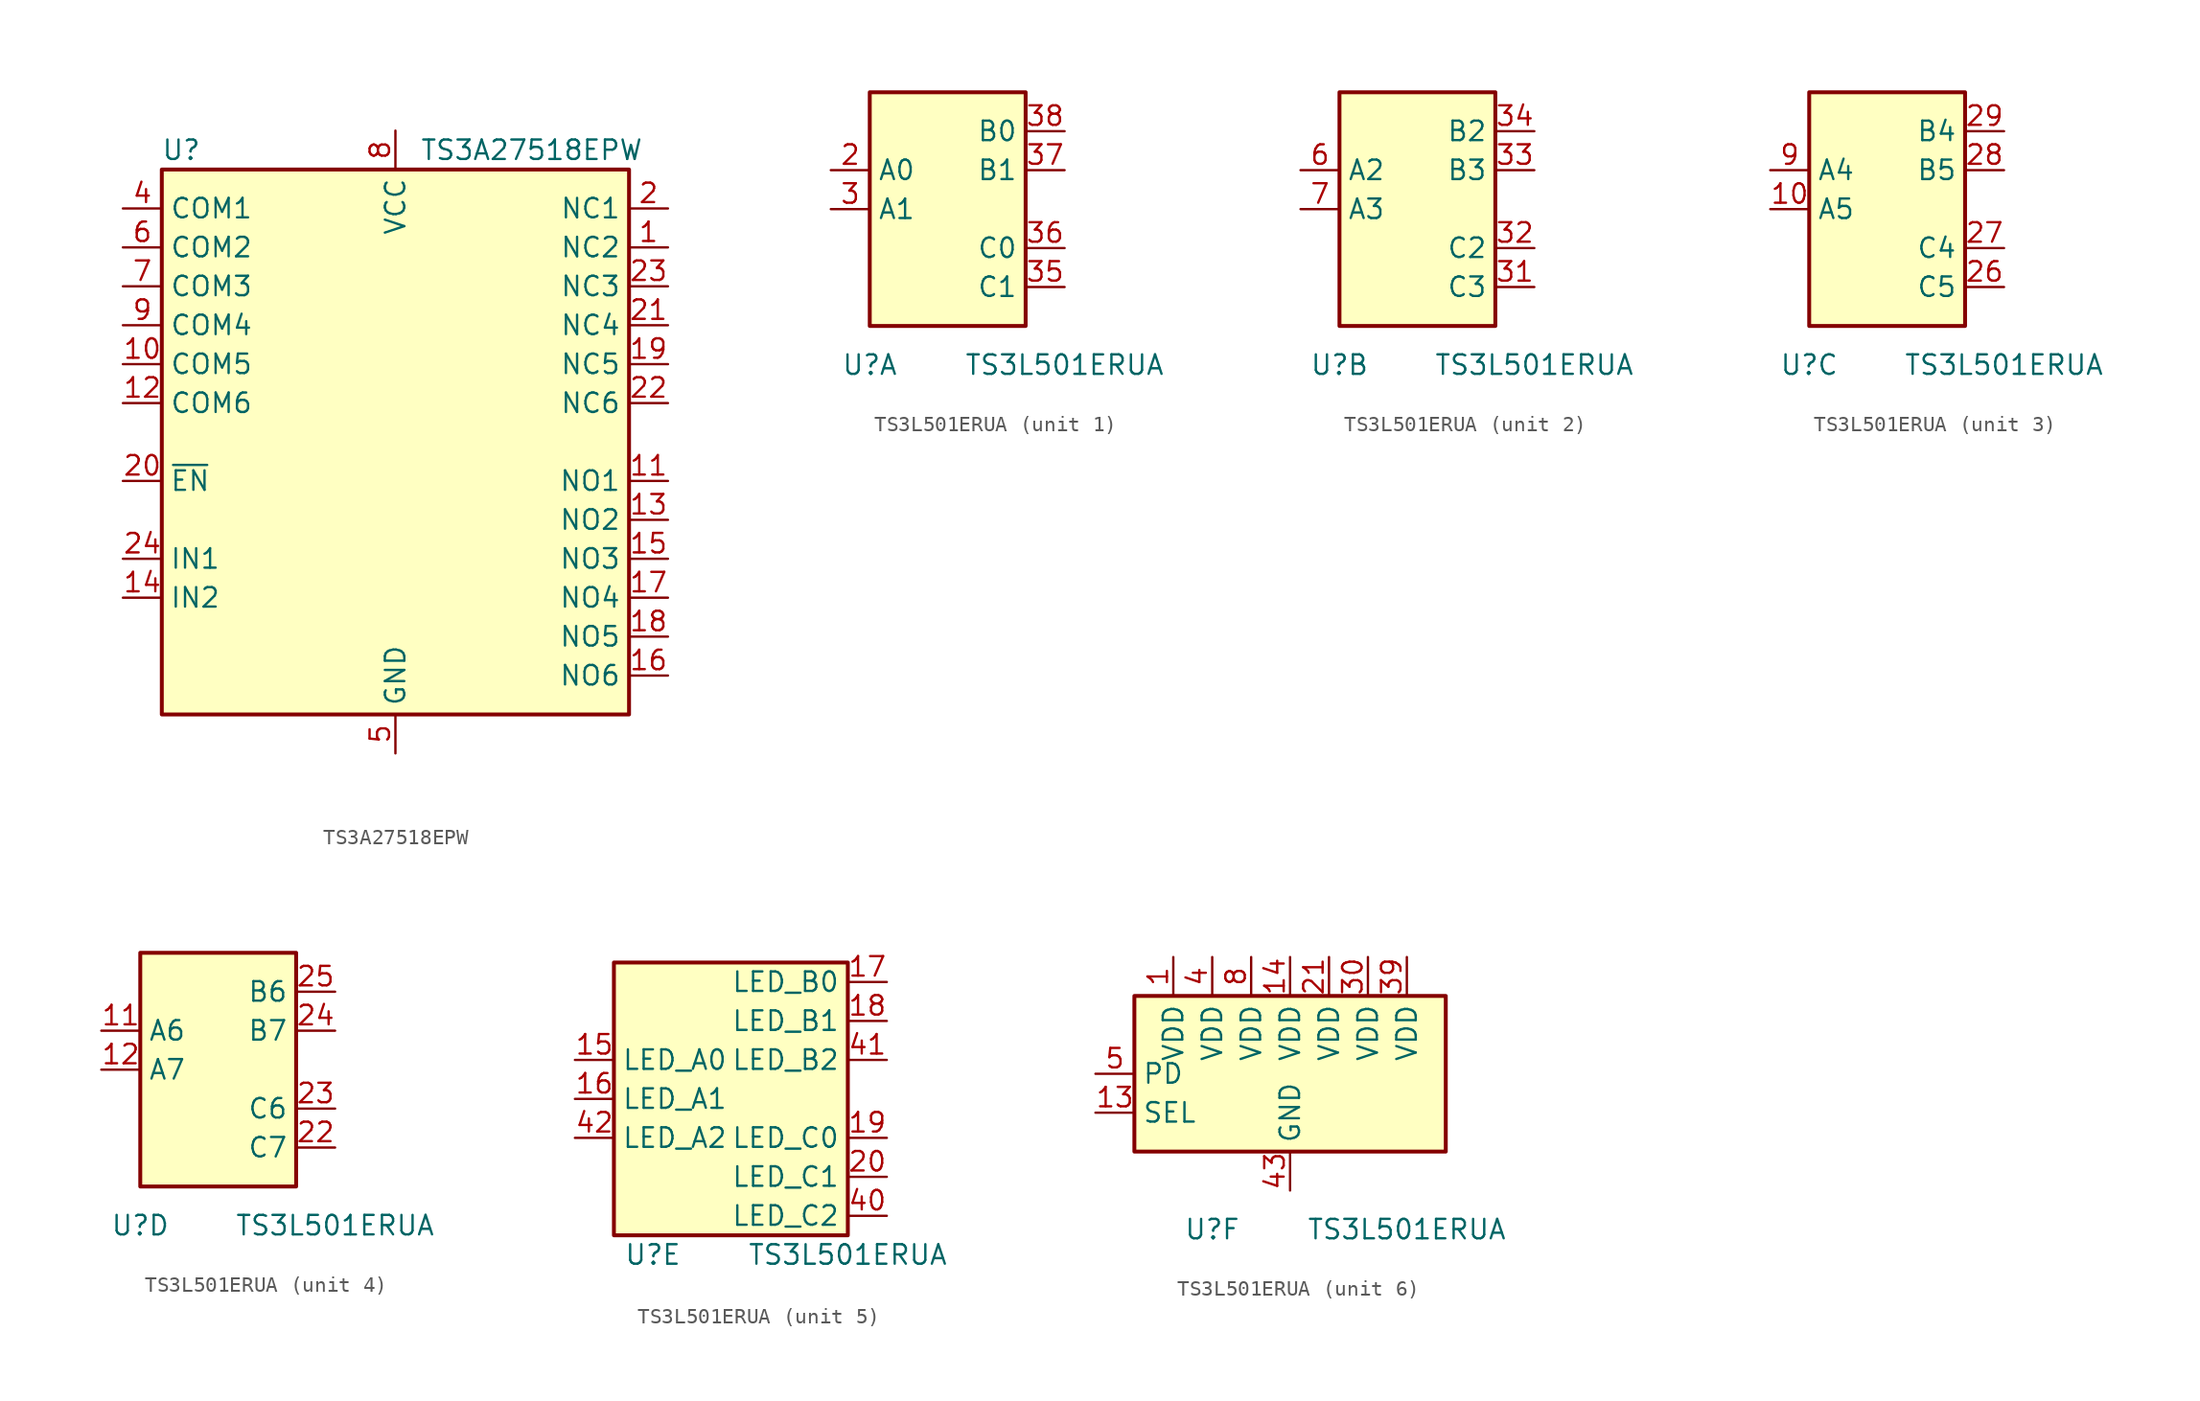
<source format=kicad_sym>
(kicad_symbol_lib
  (version 20200908)
  (generator kicad_symbol_editor)
  (symbol "Analog_Switch:TS3A27518EPW"
    (property "Reference" "U"
      (at -13.97 19.05 0)
      (effects (font (size 1.27 1.27))))
    (property "Value" "TS3A27518EPW"
      (at 8.89 19.05 0)
      (effects (font (size 1.27 1.27))))
    (symbol "TS3A27518EPW_0_1"
      (rectangle (start 15.24 -17.78) (end -15.24 17.78) (stroke (width 0.254)) (fill (type background))))
    (symbol "TS3A27518EPW_1_1"
      (pin bidirectional line (at 17.78 12.7 180) (length 2.54) (name "NC2" (effects (font (size 1.27 1.27)))) (number "1" (effects (font (size 1.27 1.27)))))
      (pin bidirectional line (at -17.78 5.08 0) (length 2.54) (name "COM5" (effects (font (size 1.27 1.27)))) (number "10" (effects (font (size 1.27 1.27)))))
      (pin bidirectional line (at 17.78 -2.54 180) (length 2.54) (name "NO1" (effects (font (size 1.27 1.27)))) (number "11" (effects (font (size 1.27 1.27)))))
      (pin bidirectional line (at -17.78 2.54 0) (length 2.54) (name "COM6" (effects (font (size 1.27 1.27)))) (number "12" (effects (font (size 1.27 1.27)))))
      (pin bidirectional line (at 17.78 -5.08 180) (length 2.54) (name "NO2" (effects (font (size 1.27 1.27)))) (number "13" (effects (font (size 1.27 1.27)))))
      (pin input line (at -17.78 -10.16 0) (length 2.54) (name "IN2" (effects (font (size 1.27 1.27)))) (number "14" (effects (font (size 1.27 1.27)))))
      (pin bidirectional line (at 17.78 -7.62 180) (length 2.54) (name "NO3" (effects (font (size 1.27 1.27)))) (number "15" (effects (font (size 1.27 1.27)))))
      (pin bidirectional line (at 17.78 -15.24 180) (length 2.54) (name "NO6" (effects (font (size 1.27 1.27)))) (number "16" (effects (font (size 1.27 1.27)))))
      (pin bidirectional line (at 17.78 -10.16 180) (length 2.54) (name "NO4" (effects (font (size 1.27 1.27)))) (number "17" (effects (font (size 1.27 1.27)))))
      (pin bidirectional line (at 17.78 -12.7 180) (length 2.54) (name "NO5" (effects (font (size 1.27 1.27)))) (number "18" (effects (font (size 1.27 1.27)))))
      (pin bidirectional line (at 17.78 5.08 180) (length 2.54) (name "NC5" (effects (font (size 1.27 1.27)))) (number "19" (effects (font (size 1.27 1.27)))))
      (pin bidirectional line (at 17.78 15.24 180) (length 2.54) (name "NC1" (effects (font (size 1.27 1.27)))) (number "2" (effects (font (size 1.27 1.27)))))
      (pin input line (at -17.78 -2.54 0) (length 2.54) (name "~EN" (effects (font (size 1.27 1.27)))) (number "20" (effects (font (size 1.27 1.27)))))
      (pin bidirectional line (at 17.78 7.62 180) (length 2.54) (name "NC4" (effects (font (size 1.27 1.27)))) (number "21" (effects (font (size 1.27 1.27)))))
      (pin bidirectional line (at 17.78 2.54 180) (length 2.54) (name "NC6" (effects (font (size 1.27 1.27)))) (number "22" (effects (font (size 1.27 1.27)))))
      (pin bidirectional line (at 17.78 10.16 180) (length 2.54) (name "NC3" (effects (font (size 1.27 1.27)))) (number "23" (effects (font (size 1.27 1.27)))))
      (pin input line (at -17.78 -7.62 0) (length 2.54) (name "IN1" (effects (font (size 1.27 1.27)))) (number "24" (effects (font (size 1.27 1.27)))))
      (pin unconnected line (at -15.24 -15.24 0) (length 2.54) hide (name "N.C." (effects (font (size 1.27 1.27)))) (number "3" (effects (font (size 1.27 1.27)))))
      (pin bidirectional line (at -17.78 15.24 0) (length 2.54) (name "COM1" (effects (font (size 1.27 1.27)))) (number "4" (effects (font (size 1.27 1.27)))))
      (pin power_in line (at 0 -20.32 90) (length 2.54) (name "GND" (effects (font (size 1.27 1.27)))) (number "5" (effects (font (size 1.27 1.27)))))
      (pin bidirectional line (at -17.78 12.7 0) (length 2.54) (name "COM2" (effects (font (size 1.27 1.27)))) (number "6" (effects (font (size 1.27 1.27)))))
      (pin bidirectional line (at -17.78 10.16 0) (length 2.54) (name "COM3" (effects (font (size 1.27 1.27)))) (number "7" (effects (font (size 1.27 1.27)))))
      (pin power_in line (at 0 20.32 270) (length 2.54) (name "VCC" (effects (font (size 1.27 1.27)))) (number "8" (effects (font (size 1.27 1.27)))))
      (pin bidirectional line (at -17.78 7.62 0) (length 2.54) (name "COM4" (effects (font (size 1.27 1.27)))) (number "9" (effects (font (size 1.27 1.27)))))))
  (symbol "Analog_Switch:TS3L501ERUA"
    (property "Reference" "U"
      (at -5.08 -10.16 0)
      (effects (font (size 1.27 1.27))))
    (property "Value" "TS3L501ERUA"
      (at 7.62 -10.16 0)
      (effects (font (size 1.27 1.27))))
    (property "ki_locked" ""
      (at 0 0 0)
      (effects (font (size 1.27 1.27))))
    (symbol "TS3L501ERUA_6_0"
      (rectangle (start -10.16 5.08) (end 10.16 -5.08) (stroke (width 0.254)) (fill (type background))))
    (symbol "TS3L501ERUA_1_1"
      (rectangle (start -5.08 7.62) (end 5.08 -7.62) (stroke (width 0.254)) (fill (type background)))
      (pin bidirectional line (at -7.62 2.54 0) (length 2.54) (name "A0" (effects (font (size 1.27 1.27)))) (number "2" (effects (font (size 1.27 1.27)))))
      (pin bidirectional line (at -7.62 0 0) (length 2.54) (name "A1" (effects (font (size 1.27 1.27)))) (number "3" (effects (font (size 1.27 1.27)))))
      (pin bidirectional line (at 7.62 -5.08 180) (length 2.54) (name "C1" (effects (font (size 1.27 1.27)))) (number "35" (effects (font (size 1.27 1.27)))))
      (pin bidirectional line (at 7.62 -2.54 180) (length 2.54) (name "C0" (effects (font (size 1.27 1.27)))) (number "36" (effects (font (size 1.27 1.27)))))
      (pin bidirectional line (at 7.62 2.54 180) (length 2.54) (name "B1" (effects (font (size 1.27 1.27)))) (number "37" (effects (font (size 1.27 1.27)))))
      (pin bidirectional line (at 7.62 5.08 180) (length 2.54) (name "B0" (effects (font (size 1.27 1.27)))) (number "38" (effects (font (size 1.27 1.27))))))
    (symbol "TS3L501ERUA_2_1"
      (rectangle (start -5.08 7.62) (end 5.08 -7.62) (stroke (width 0.254)) (fill (type background)))
      (pin bidirectional line (at 7.62 -5.08 180) (length 2.54) (name "C3" (effects (font (size 1.27 1.27)))) (number "31" (effects (font (size 1.27 1.27)))))
      (pin bidirectional line (at 7.62 -2.54 180) (length 2.54) (name "C2" (effects (font (size 1.27 1.27)))) (number "32" (effects (font (size 1.27 1.27)))))
      (pin bidirectional line (at 7.62 2.54 180) (length 2.54) (name "B3" (effects (font (size 1.27 1.27)))) (number "33" (effects (font (size 1.27 1.27)))))
      (pin bidirectional line (at 7.62 5.08 180) (length 2.54) (name "B2" (effects (font (size 1.27 1.27)))) (number "34" (effects (font (size 1.27 1.27)))))
      (pin bidirectional line (at -7.62 2.54 0) (length 2.54) (name "A2" (effects (font (size 1.27 1.27)))) (number "6" (effects (font (size 1.27 1.27)))))
      (pin bidirectional line (at -7.62 0 0) (length 2.54) (name "A3" (effects (font (size 1.27 1.27)))) (number "7" (effects (font (size 1.27 1.27))))))
    (symbol "TS3L501ERUA_3_1"
      (rectangle (start -5.08 7.62) (end 5.08 -7.62) (stroke (width 0.254)) (fill (type background)))
      (pin bidirectional line (at -7.62 0 0) (length 2.54) (name "A5" (effects (font (size 1.27 1.27)))) (number "10" (effects (font (size 1.27 1.27)))))
      (pin bidirectional line (at 7.62 -5.08 180) (length 2.54) (name "C5" (effects (font (size 1.27 1.27)))) (number "26" (effects (font (size 1.27 1.27)))))
      (pin bidirectional line (at 7.62 -2.54 180) (length 2.54) (name "C4" (effects (font (size 1.27 1.27)))) (number "27" (effects (font (size 1.27 1.27)))))
      (pin bidirectional line (at 7.62 2.54 180) (length 2.54) (name "B5" (effects (font (size 1.27 1.27)))) (number "28" (effects (font (size 1.27 1.27)))))
      (pin bidirectional line (at 7.62 5.08 180) (length 2.54) (name "B4" (effects (font (size 1.27 1.27)))) (number "29" (effects (font (size 1.27 1.27)))))
      (pin bidirectional line (at -7.62 2.54 0) (length 2.54) (name "A4" (effects (font (size 1.27 1.27)))) (number "9" (effects (font (size 1.27 1.27))))))
    (symbol "TS3L501ERUA_4_1"
      (rectangle (start -5.08 7.62) (end 5.08 -7.62) (stroke (width 0.254)) (fill (type background)))
      (pin bidirectional line (at -7.62 2.54 0) (length 2.54) (name "A6" (effects (font (size 1.27 1.27)))) (number "11" (effects (font (size 1.27 1.27)))))
      (pin bidirectional line (at -7.62 0 0) (length 2.54) (name "A7" (effects (font (size 1.27 1.27)))) (number "12" (effects (font (size 1.27 1.27)))))
      (pin bidirectional line (at 7.62 -5.08 180) (length 2.54) (name "C7" (effects (font (size 1.27 1.27)))) (number "22" (effects (font (size 1.27 1.27)))))
      (pin bidirectional line (at 7.62 -2.54 180) (length 2.54) (name "C6" (effects (font (size 1.27 1.27)))) (number "23" (effects (font (size 1.27 1.27)))))
      (pin bidirectional line (at 7.62 2.54 180) (length 2.54) (name "B7" (effects (font (size 1.27 1.27)))) (number "24" (effects (font (size 1.27 1.27)))))
      (pin bidirectional line (at 7.62 5.08 180) (length 2.54) (name "B6" (effects (font (size 1.27 1.27)))) (number "25" (effects (font (size 1.27 1.27))))))
    (symbol "TS3L501ERUA_5_1"
      (rectangle (start -7.62 8.89) (end 7.62 -8.89) (stroke (width 0.254)) (fill (type background)))
      (pin bidirectional line (at -10.16 2.54 0) (length 2.54) (name "LED_A0" (effects (font (size 1.27 1.27)))) (number "15" (effects (font (size 1.27 1.27)))))
      (pin bidirectional line (at -10.16 0 0) (length 2.54) (name "LED_A1" (effects (font (size 1.27 1.27)))) (number "16" (effects (font (size 1.27 1.27)))))
      (pin bidirectional line (at 10.16 7.62 180) (length 2.54) (name "LED_B0" (effects (font (size 1.27 1.27)))) (number "17" (effects (font (size 1.27 1.27)))))
      (pin bidirectional line (at 10.16 5.08 180) (length 2.54) (name "LED_B1" (effects (font (size 1.27 1.27)))) (number "18" (effects (font (size 1.27 1.27)))))
      (pin bidirectional line (at 10.16 -2.54 180) (length 2.54) (name "LED_C0" (effects (font (size 1.27 1.27)))) (number "19" (effects (font (size 1.27 1.27)))))
      (pin bidirectional line (at 10.16 -5.08 180) (length 2.54) (name "LED_C1" (effects (font (size 1.27 1.27)))) (number "20" (effects (font (size 1.27 1.27)))))
      (pin bidirectional line (at 10.16 -7.62 180) (length 2.54) (name "LED_C2" (effects (font (size 1.27 1.27)))) (number "40" (effects (font (size 1.27 1.27)))))
      (pin bidirectional line (at 10.16 2.54 180) (length 2.54) (name "LED_B2" (effects (font (size 1.27 1.27)))) (number "41" (effects (font (size 1.27 1.27)))))
      (pin bidirectional line (at -10.16 -2.54 0) (length 2.54) (name "LED_A2" (effects (font (size 1.27 1.27)))) (number "42" (effects (font (size 1.27 1.27))))))
    (symbol "TS3L501ERUA_6_1"
      (pin power_in line (at -7.62 7.62 270) (length 2.54) (name "VDD" (effects (font (size 1.27 1.27)))) (number "1" (effects (font (size 1.27 1.27)))))
      (pin input line (at -12.7 -2.54 0) (length 2.54) (name "SEL" (effects (font (size 1.27 1.27)))) (number "13" (effects (font (size 1.27 1.27)))))
      (pin power_in line (at 0 7.62 270) (length 2.54) (name "VDD" (effects (font (size 1.27 1.27)))) (number "14" (effects (font (size 1.27 1.27)))))
      (pin power_in line (at 2.54 7.62 270) (length 2.54) (name "VDD" (effects (font (size 1.27 1.27)))) (number "21" (effects (font (size 1.27 1.27)))))
      (pin power_in line (at 5.08 7.62 270) (length 2.54) (name "VDD" (effects (font (size 1.27 1.27)))) (number "30" (effects (font (size 1.27 1.27)))))
      (pin power_in line (at 7.62 7.62 270) (length 2.54) (name "VDD" (effects (font (size 1.27 1.27)))) (number "39" (effects (font (size 1.27 1.27)))))
      (pin power_in line (at -5.08 7.62 270) (length 2.54) (name "VDD" (effects (font (size 1.27 1.27)))) (number "4" (effects (font (size 1.27 1.27)))))
      (pin power_in line (at 0 -7.62 90) (length 2.54) (name "GND" (effects (font (size 1.27 1.27)))) (number "43" (effects (font (size 1.27 1.27)))))
      (pin input line (at -12.7 0 0) (length 2.54) (name "PD" (effects (font (size 1.27 1.27)))) (number "5" (effects (font (size 1.27 1.27)))))
      (pin power_in line (at -2.54 7.62 270) (length 2.54) (name "VDD" (effects (font (size 1.27 1.27)))) (number "8" (effects (font (size 1.27 1.27))))))))
</source>
